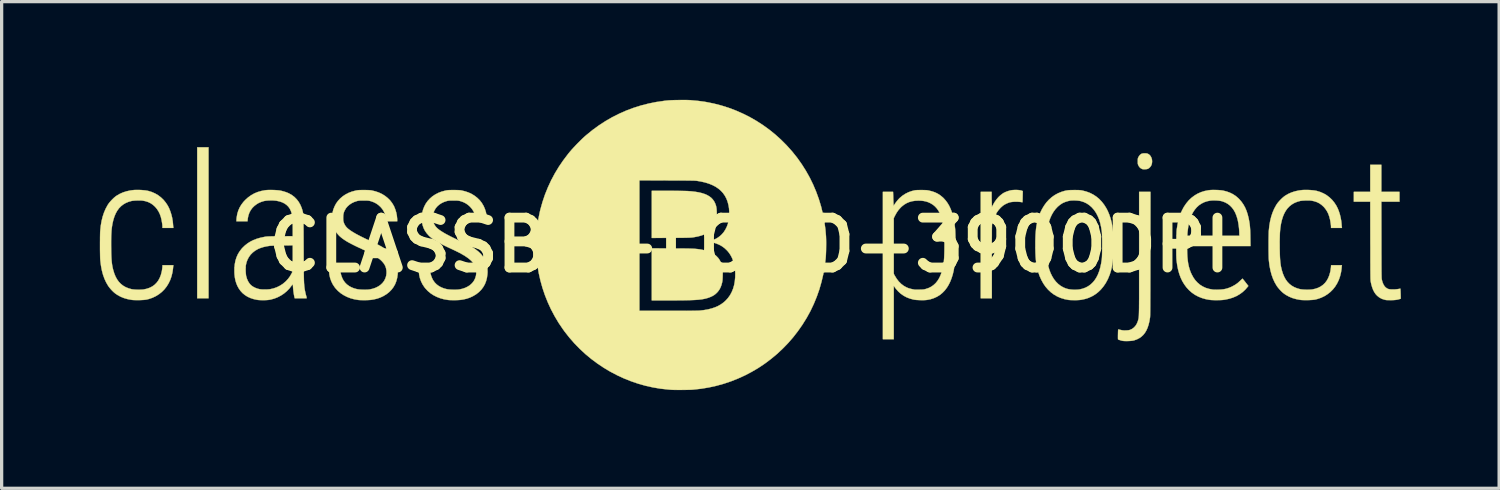
<source format=kicad_pcb>
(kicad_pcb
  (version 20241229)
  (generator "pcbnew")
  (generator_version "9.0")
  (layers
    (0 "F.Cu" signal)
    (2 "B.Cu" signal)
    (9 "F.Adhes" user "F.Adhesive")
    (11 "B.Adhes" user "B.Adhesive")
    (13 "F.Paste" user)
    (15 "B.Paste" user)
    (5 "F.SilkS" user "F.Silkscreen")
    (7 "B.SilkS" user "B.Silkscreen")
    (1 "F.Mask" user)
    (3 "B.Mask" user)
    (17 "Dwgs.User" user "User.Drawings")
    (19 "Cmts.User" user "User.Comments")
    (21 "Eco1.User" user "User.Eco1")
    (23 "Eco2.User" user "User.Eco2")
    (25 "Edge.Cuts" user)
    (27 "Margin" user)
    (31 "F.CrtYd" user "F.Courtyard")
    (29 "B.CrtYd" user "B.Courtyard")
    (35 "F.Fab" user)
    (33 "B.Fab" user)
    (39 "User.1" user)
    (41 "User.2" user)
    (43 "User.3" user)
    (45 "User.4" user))
  (footprint "CLASSBP-LOGO-3900DPI"
    (layer "F.Cu")
    (at 19.843 4.433)
    (property "Reference" "CLASSBP-LOGO-3900DPI" (at 0 0 0) (layer "F.SilkS") (effects (font (size 1.524 1.524) (thickness 0.3))))
    (attr through_hole)
    (fp_poly (pts (xy -16.523 1.628) (xy -16.868 1.628) (xy -16.868 -2.983) (xy -16.523 -2.983) (xy -16.523 1.628)) (stroke (width 0.01) (type solid)) (fill yes) (layer "F.SilkS"))
    (fp_poly (pts (xy 12.11 -2.799) (xy 12.144 -2.795) (xy 12.158 -2.791) (xy 12.199 -2.771) (xy 12.234 -2.741) (xy 12.262 -2.702) (xy 12.283 -2.657) (xy 12.297 -2.607) (xy 12.301 -2.554) (xy 12.297 -2.5) (xy 12.283 -2.447) (xy 12.282 -2.445) (xy 12.264 -2.41) (xy 12.238 -2.377) (xy 12.208 -2.348) (xy 12.175 -2.328) (xy 12.163 -2.323) (xy 12.139 -2.318) (xy 12.108 -2.314) (xy 12.073 -2.313) (xy 12.04 -2.313) (xy 12.013 -2.316) (xy 12.003 -2.318) (xy 11.961 -2.338) (xy 11.924 -2.368) (xy 11.893 -2.41) (xy 11.881 -2.433) (xy 11.874 -2.45) (xy 11.869 -2.465) (xy 11.865 -2.481) (xy 11.864 -2.501) (xy 11.863 -2.53) (xy 11.863 -2.556) (xy 11.863 -2.592) (xy 11.864 -2.618) (xy 11.866 -2.637) (xy 11.87 -2.652) (xy 11.876 -2.667) (xy 11.88 -2.678) (xy 11.903 -2.717) (xy 11.932 -2.752) (xy 11.964 -2.777) (xy 11.973 -2.783) (xy 11.999 -2.792) (xy 12.033 -2.798) (xy 12.072 -2.8) (xy 12.11 -2.799)) (stroke (width 0.01) (type solid)) (fill yes) (layer "F.SilkS"))
    (fp_poly (pts (xy -2.509 -1.654) (xy -2.428 -1.654) (xy -2.347 -1.654) (xy -2.269 -1.653) (xy -2.194 -1.653) (xy -2.124 -1.652) (xy -2.061 -1.651) (xy -2.005 -1.65) (xy -1.959 -1.649) (xy -1.924 -1.648) (xy -1.908 -1.648) (xy -1.777 -1.639) (xy -1.657 -1.625) (xy -1.549 -1.607) (xy -1.452 -1.584) (xy -1.366 -1.556) (xy -1.29 -1.523) (xy -1.223 -1.484) (xy -1.166 -1.44) (xy -1.118 -1.389) (xy -1.078 -1.333) (xy -1.046 -1.269) (xy -1.021 -1.2) (xy -1.016 -1.178) (xy -1.009 -1.142) (xy -1.003 -1.097) (xy -1 -1.046) (xy -0.997 -0.991) (xy -0.997 -0.937) (xy -0.999 -0.886) (xy -1.002 -0.842) (xy -1.003 -0.837) (xy -1.019 -0.746) (xy -1.043 -0.662) (xy -1.076 -0.587) (xy -1.118 -0.519) (xy -1.169 -0.459) (xy -1.23 -0.406) (xy -1.3 -0.36) (xy -1.382 -0.32) (xy -1.473 -0.287) (xy -1.576 -0.26) (xy -1.69 -0.238) (xy -1.745 -0.23) (xy -1.762 -0.228) (xy -1.781 -0.227) (xy -1.802 -0.225) (xy -1.828 -0.224) (xy -1.859 -0.223) (xy -1.896 -0.222) (xy -1.94 -0.221) (xy -1.991 -0.22) (xy -2.05 -0.219) (xy -2.119 -0.219) (xy -2.199 -0.218) (xy -2.289 -0.217) (xy -2.391 -0.217) (xy -2.405 -0.217) (xy -2.983 -0.214) (xy -2.983 -1.654) (xy -2.509 -1.654)) (stroke (width 0.01) (type solid)) (fill yes) (layer "F.SilkS"))
    (fp_poly (pts (xy -2.363 0.106) (xy -2.251 0.107) (xy -2.151 0.107) (xy -2.063 0.108) (xy -1.985 0.108) (xy -1.916 0.109) (xy -1.855 0.11) (xy -1.801 0.112) (xy -1.754 0.113) (xy -1.712 0.115) (xy -1.674 0.117) (xy -1.64 0.12) (xy -1.608 0.123) (xy -1.578 0.126) (xy -1.548 0.13) (xy -1.517 0.134) (xy -1.486 0.14) (xy -1.46 0.144) (xy -1.349 0.167) (xy -1.249 0.198) (xy -1.159 0.236) (xy -1.08 0.283) (xy -1.011 0.337) (xy -0.953 0.398) (xy -0.905 0.468) (xy -0.867 0.545) (xy -0.851 0.59) (xy -0.837 0.639) (xy -0.827 0.689) (xy -0.82 0.742) (xy -0.816 0.802) (xy -0.815 0.87) (xy -0.816 0.935) (xy -0.818 0.989) (xy -0.82 1.034) (xy -0.822 1.07) (xy -0.826 1.101) (xy -0.831 1.129) (xy -0.833 1.142) (xy -0.855 1.225) (xy -0.883 1.298) (xy -0.917 1.362) (xy -0.959 1.42) (xy -0.982 1.447) (xy -1.031 1.494) (xy -1.084 1.534) (xy -1.142 1.567) (xy -1.209 1.596) (xy -1.253 1.612) (xy -1.29 1.624) (xy -1.328 1.634) (xy -1.367 1.644) (xy -1.409 1.652) (xy -1.455 1.66) (xy -1.505 1.666) (xy -1.559 1.672) (xy -1.619 1.677) (xy -1.686 1.681) (xy -1.76 1.684) (xy -1.842 1.687) (xy -1.932 1.689) (xy -2.032 1.691) (xy -2.143 1.692) (xy -2.265 1.693) (xy -2.398 1.693) (xy -2.46 1.693) (xy -2.983 1.693) (xy -2.983 0.103) (xy -2.363 0.106)) (stroke (width 0.01) (type solid)) (fill yes) (layer "F.SilkS"))
    (fp_poly (pts (xy 8.209 -1.678) (xy 8.259 -1.672) (xy 8.301 -1.664) (xy 8.333 -1.653) (xy 8.333 -1.653) (xy 8.351 -1.645) (xy 8.347 -1.476) (xy 8.346 -1.43) (xy 8.345 -1.389) (xy 8.344 -1.355) (xy 8.343 -1.328) (xy 8.342 -1.311) (xy 8.341 -1.305) (xy 8.335 -1.306) (xy 8.318 -1.308) (xy 8.294 -1.311) (xy 8.278 -1.314) (xy 8.233 -1.318) (xy 8.181 -1.321) (xy 8.126 -1.321) (xy 8.071 -1.319) (xy 8.02 -1.314) (xy 7.977 -1.308) (xy 7.955 -1.303) (xy 7.904 -1.286) (xy 7.848 -1.262) (xy 7.795 -1.234) (xy 7.749 -1.204) (xy 7.744 -1.2) (xy 7.677 -1.141) (xy 7.614 -1.071) (xy 7.558 -0.992) (xy 7.508 -0.904) (xy 7.465 -0.809) (xy 7.43 -0.707) (xy 7.418 -0.665) (xy 7.417 -0.658) (xy 7.415 -0.651) (xy 7.414 -0.644) (xy 7.412 -0.635) (xy 7.411 -0.623) (xy 7.41 -0.61) (xy 7.409 -0.593) (xy 7.409 -0.572) (xy 7.408 -0.547) (xy 7.407 -0.517) (xy 7.407 -0.482) (xy 7.406 -0.44) (xy 7.406 -0.391) (xy 7.406 -0.335) (xy 7.406 -0.271) (xy 7.405 -0.199) (xy 7.405 -0.117) (xy 7.405 -0.025) (xy 7.405 0.077) (xy 7.405 0.19) (xy 7.405 0.314) (xy 7.405 0.451) (xy 7.405 1.628) (xy 7.066 1.628) (xy 7.066 -1.622) (xy 7.399 -1.622) (xy 7.399 -1.528) (xy 7.399 -1.491) (xy 7.399 -1.445) (xy 7.4 -1.394) (xy 7.402 -1.342) (xy 7.403 -1.298) (xy 7.407 -1.161) (xy 7.436 -1.217) (xy 7.487 -1.306) (xy 7.544 -1.387) (xy 7.606 -1.46) (xy 7.673 -1.523) (xy 7.742 -1.574) (xy 7.773 -1.593) (xy 7.819 -1.615) (xy 7.872 -1.636) (xy 7.928 -1.654) (xy 7.981 -1.668) (xy 7.996 -1.671) (xy 8.046 -1.677) (xy 8.1 -1.68) (xy 8.155 -1.681) (xy 8.209 -1.678)) (stroke (width 0.01) (type solid)) (fill yes) (layer "F.SilkS"))
    (fp_poly (pts (xy 19.304 -1.622) (xy 19.858 -1.622) (xy 19.858 -1.322) (xy 19.304 -1.322) (xy 19.306 -0.155) (xy 19.306 -0.01) (xy 19.306 0.122) (xy 19.306 0.243) (xy 19.307 0.352) (xy 19.307 0.45) (xy 19.307 0.538) (xy 19.307 0.617) (xy 19.308 0.687) (xy 19.308 0.749) (xy 19.308 0.803) (xy 19.309 0.85) (xy 19.309 0.89) (xy 19.31 0.924) (xy 19.311 0.953) (xy 19.311 0.978) (xy 19.312 0.998) (xy 19.313 1.014) (xy 19.314 1.028) (xy 19.315 1.039) (xy 19.317 1.048) (xy 19.318 1.056) (xy 19.32 1.063) (xy 19.321 1.071) (xy 19.321 1.071) (xy 19.342 1.145) (xy 19.368 1.206) (xy 19.399 1.257) (xy 19.436 1.297) (xy 19.479 1.328) (xy 19.521 1.346) (xy 19.546 1.352) (xy 19.581 1.356) (xy 19.624 1.358) (xy 19.67 1.358) (xy 19.718 1.357) (xy 19.765 1.353) (xy 19.807 1.348) (xy 19.821 1.346) (xy 19.848 1.341) (xy 19.87 1.338) (xy 19.883 1.336) (xy 19.887 1.336) (xy 19.887 1.343) (xy 19.888 1.361) (xy 19.889 1.388) (xy 19.891 1.423) (xy 19.892 1.464) (xy 19.893 1.489) (xy 19.897 1.64) (xy 19.856 1.654) (xy 19.805 1.668) (xy 19.747 1.678) (xy 19.679 1.684) (xy 19.6 1.686) (xy 19.578 1.686) (xy 19.539 1.685) (xy 19.504 1.685) (xy 19.476 1.684) (xy 19.455 1.683) (xy 19.447 1.682) (xy 19.411 1.674) (xy 19.37 1.662) (xy 19.33 1.649) (xy 19.297 1.635) (xy 19.296 1.634) (xy 19.233 1.597) (xy 19.177 1.552) (xy 19.129 1.5) (xy 19.087 1.438) (xy 19.051 1.367) (xy 19.021 1.286) (xy 18.995 1.193) (xy 18.983 1.136) (xy 18.982 1.128) (xy 18.98 1.119) (xy 18.979 1.11) (xy 18.977 1.099) (xy 18.976 1.088) (xy 18.975 1.074) (xy 18.974 1.057) (xy 18.973 1.037) (xy 18.972 1.012) (xy 18.972 0.984) (xy 18.971 0.95) (xy 18.971 0.91) (xy 18.97 0.864) (xy 18.97 0.811) (xy 18.969 0.751) (xy 18.969 0.682) (xy 18.969 0.605) (xy 18.968 0.518) (xy 18.968 0.422) (xy 18.968 0.315) (xy 18.968 0.198) (xy 18.968 0.068) (xy 18.967 -0.074) (xy 18.967 -0.129) (xy 18.965 -1.322) (xy 18.464 -1.322) (xy 18.464 -1.622) (xy 18.965 -1.622) (xy 18.965 -2.449) (xy 19.304 -2.449) (xy 19.304 -1.622)) (stroke (width 0.01) (type solid)) (fill yes) (layer "F.SilkS"))
    (fp_poly (pts (xy 12.249 0.265) (xy 12.248 0.462) (xy 12.248 0.646) (xy 12.248 0.818) (xy 12.248 0.978) (xy 12.247 1.126) (xy 12.247 1.263) (xy 12.247 1.389) (xy 12.246 1.504) (xy 12.246 1.609) (xy 12.245 1.705) (xy 12.245 1.791) (xy 12.245 1.868) (xy 12.244 1.936) (xy 12.244 1.996) (xy 12.243 2.047) (xy 12.242 2.091) (xy 12.242 2.128) (xy 12.241 2.158) (xy 12.24 2.181) (xy 12.239 2.198) (xy 12.239 2.209) (xy 12.238 2.211) (xy 12.219 2.328) (xy 12.194 2.433) (xy 12.163 2.527) (xy 12.126 2.611) (xy 12.082 2.684) (xy 12.031 2.748) (xy 11.973 2.802) (xy 11.908 2.847) (xy 11.835 2.884) (xy 11.754 2.913) (xy 11.735 2.918) (xy 11.703 2.924) (xy 11.662 2.929) (xy 11.614 2.933) (xy 11.563 2.935) (xy 11.513 2.936) (xy 11.466 2.935) (xy 11.425 2.932) (xy 11.393 2.928) (xy 11.392 2.928) (xy 11.364 2.921) (xy 11.335 2.912) (xy 11.306 2.903) (xy 11.282 2.895) (xy 11.266 2.888) (xy 11.263 2.887) (xy 11.26 2.881) (xy 11.259 2.867) (xy 11.258 2.843) (xy 11.258 2.81) (xy 11.258 2.764) (xy 11.259 2.73) (xy 11.26 2.682) (xy 11.261 2.645) (xy 11.262 2.618) (xy 11.264 2.6) (xy 11.265 2.589) (xy 11.268 2.583) (xy 11.271 2.581) (xy 11.275 2.581) (xy 11.276 2.581) (xy 11.321 2.592) (xy 11.356 2.599) (xy 11.384 2.605) (xy 11.407 2.608) (xy 11.427 2.61) (xy 11.448 2.611) (xy 11.473 2.611) (xy 11.502 2.61) (xy 11.543 2.608) (xy 11.574 2.605) (xy 11.6 2.601) (xy 11.622 2.595) (xy 11.631 2.592) (xy 11.69 2.564) (xy 11.743 2.525) (xy 11.789 2.476) (xy 11.828 2.418) (xy 11.858 2.35) (xy 11.872 2.306) (xy 11.876 2.294) (xy 11.879 2.283) (xy 11.881 2.273) (xy 11.884 2.263) (xy 11.886 2.252) (xy 11.889 2.241) (xy 11.891 2.228) (xy 11.892 2.213) (xy 11.894 2.195) (xy 11.896 2.175) (xy 11.897 2.152) (xy 11.898 2.125) (xy 11.899 2.094) (xy 11.9 2.058) (xy 11.901 2.017) (xy 11.902 1.971) (xy 11.903 1.919) (xy 11.903 1.86) (xy 11.904 1.794) (xy 11.904 1.721) (xy 11.905 1.639) (xy 11.905 1.55) (xy 11.905 1.452) (xy 11.905 1.344) (xy 11.905 1.227) (xy 11.905 1.1) (xy 11.905 0.962) (xy 11.905 0.813) (xy 11.905 0.653) (xy 11.905 0.48) (xy 11.905 0.252) (xy 11.905 -1.622) (xy 12.251 -1.622) (xy 12.249 0.265)) (stroke (width 0.01) (type solid)) (fill yes) (layer "F.SilkS"))
    (fp_poly (pts (xy 5.299 -1.677) (xy 5.341 -1.676) (xy 5.375 -1.675) (xy 5.403 -1.674) (xy 5.427 -1.672) (xy 5.45 -1.668) (xy 5.474 -1.664) (xy 5.481 -1.662) (xy 5.581 -1.637) (xy 5.673 -1.605) (xy 5.756 -1.564) (xy 5.834 -1.513) (xy 5.907 -1.453) (xy 5.934 -1.427) (xy 5.997 -1.356) (xy 6.054 -1.278) (xy 6.105 -1.191) (xy 6.149 -1.096) (xy 6.188 -0.991) (xy 6.22 -0.877) (xy 6.247 -0.751) (xy 6.269 -0.615) (xy 6.282 -0.508) (xy 6.285 -0.473) (xy 6.288 -0.426) (xy 6.29 -0.37) (xy 6.292 -0.306) (xy 6.294 -0.237) (xy 6.295 -0.163) (xy 6.296 -0.087) (xy 6.297 -0.011) (xy 6.297 0.064) (xy 6.297 0.136) (xy 6.296 0.204) (xy 6.295 0.264) (xy 6.294 0.316) (xy 6.292 0.355) (xy 6.28 0.509) (xy 6.262 0.651) (xy 6.239 0.783) (xy 6.21 0.905) (xy 6.174 1.018) (xy 6.133 1.122) (xy 6.086 1.217) (xy 6.034 1.302) (xy 5.969 1.388) (xy 5.896 1.463) (xy 5.816 1.528) (xy 5.728 1.582) (xy 5.633 1.625) (xy 5.532 1.658) (xy 5.424 1.679) (xy 5.41 1.68) (xy 5.369 1.684) (xy 5.318 1.686) (xy 5.262 1.686) (xy 5.204 1.685) (xy 5.146 1.682) (xy 5.093 1.679) (xy 5.046 1.673) (xy 5.012 1.667) (xy 4.903 1.638) (xy 4.802 1.599) (xy 4.709 1.549) (xy 4.623 1.489) (xy 4.545 1.418) (xy 4.473 1.336) (xy 4.441 1.293) (xy 4.409 1.248) (xy 4.409 2.879) (xy 4.077 2.879) (xy 4.077 -0.819) (xy 4.409 -0.819) (xy 4.409 0.882) (xy 4.444 0.945) (xy 4.501 1.037) (xy 4.564 1.118) (xy 4.633 1.187) (xy 4.709 1.245) (xy 4.784 1.288) (xy 4.823 1.306) (xy 4.864 1.322) (xy 4.909 1.335) (xy 4.961 1.348) (xy 5.022 1.36) (xy 5.041 1.364) (xy 5.052 1.365) (xy 5.074 1.365) (xy 5.105 1.365) (xy 5.142 1.365) (xy 5.182 1.365) (xy 5.187 1.365) (xy 5.234 1.364) (xy 5.271 1.363) (xy 5.299 1.361) (xy 5.323 1.359) (xy 5.345 1.355) (xy 5.367 1.35) (xy 5.381 1.346) (xy 5.469 1.317) (xy 5.549 1.278) (xy 5.621 1.228) (xy 5.687 1.168) (xy 5.744 1.098) (xy 5.795 1.017) (xy 5.838 0.926) (xy 5.875 0.823) (xy 5.903 0.716) (xy 5.914 0.664) (xy 5.924 0.614) (xy 5.932 0.565) (xy 5.938 0.514) (xy 5.943 0.46) (xy 5.948 0.402) (xy 5.951 0.337) (xy 5.954 0.264) (xy 5.956 0.181) (xy 5.957 0.098) (xy 5.958 -0.031) (xy 5.958 -0.147) (xy 5.955 -0.252) (xy 5.951 -0.346) (xy 5.946 -0.429) (xy 5.938 -0.504) (xy 5.936 -0.521) (xy 5.916 -0.647) (xy 5.891 -0.761) (xy 5.859 -0.865) (xy 5.822 -0.957) (xy 5.778 -1.04) (xy 5.728 -1.112) (xy 5.672 -1.174) (xy 5.609 -1.227) (xy 5.538 -1.271) (xy 5.528 -1.276) (xy 5.463 -1.306) (xy 5.396 -1.328) (xy 5.327 -1.343) (xy 5.251 -1.352) (xy 5.166 -1.355) (xy 5.165 -1.355) (xy 5.062 -1.35) (xy 4.968 -1.336) (xy 4.881 -1.311) (xy 4.801 -1.277) (xy 4.725 -1.231) (xy 4.654 -1.175) (xy 4.621 -1.143) (xy 4.555 -1.069) (xy 4.495 -0.983) (xy 4.444 -0.89) (xy 4.409 -0.819) (xy 4.077 -0.819) (xy 4.077 -1.622) (xy 4.388 -1.622) (xy 4.393 -1.474) (xy 4.394 -1.426) (xy 4.396 -1.379) (xy 4.398 -1.334) (xy 4.399 -1.296) (xy 4.401 -1.267) (xy 4.401 -1.261) (xy 4.406 -1.196) (xy 4.431 -1.237) (xy 4.454 -1.271) (xy 4.482 -1.309) (xy 4.513 -1.348) (xy 4.545 -1.386) (xy 4.575 -1.419) (xy 4.596 -1.439) (xy 4.679 -1.508) (xy 4.765 -1.564) (xy 4.857 -1.61) (xy 4.955 -1.645) (xy 5.01 -1.659) (xy 5.034 -1.665) (xy 5.054 -1.669) (xy 5.074 -1.672) (xy 5.096 -1.674) (xy 5.122 -1.676) (xy 5.153 -1.676) (xy 5.193 -1.677) (xy 5.244 -1.677) (xy 5.246 -1.677) (xy 5.299 -1.677)) (stroke (width 0.01) (type solid)) (fill yes) (layer "F.SilkS"))
    (fp_poly (pts (xy 14.259 -1.679) (xy 14.318 -1.677) (xy 14.374 -1.673) (xy 14.423 -1.668) (xy 14.463 -1.662) (xy 14.467 -1.661) (xy 14.576 -1.634) (xy 14.675 -1.598) (xy 14.767 -1.553) (xy 14.852 -1.498) (xy 14.93 -1.432) (xy 14.965 -1.397) (xy 15.031 -1.321) (xy 15.089 -1.238) (xy 15.14 -1.147) (xy 15.183 -1.048) (xy 15.219 -0.939) (xy 15.249 -0.819) (xy 15.262 -0.754) (xy 15.271 -0.703) (xy 15.279 -0.653) (xy 15.285 -0.604) (xy 15.29 -0.554) (xy 15.294 -0.5) (xy 15.298 -0.442) (xy 15.3 -0.375) (xy 15.302 -0.3) (xy 15.303 -0.223) (xy 15.307 0.033) (xy 13.371 0.033) (xy 13.371 0.122) (xy 13.373 0.25) (xy 13.379 0.367) (xy 13.39 0.474) (xy 13.404 0.572) (xy 13.424 0.663) (xy 13.449 0.749) (xy 13.478 0.83) (xy 13.511 0.902) (xy 13.563 0.997) (xy 13.623 1.081) (xy 13.691 1.154) (xy 13.766 1.217) (xy 13.849 1.269) (xy 13.939 1.311) (xy 14.037 1.341) (xy 14.142 1.361) (xy 14.144 1.362) (xy 14.178 1.365) (xy 14.224 1.366) (xy 14.278 1.367) (xy 14.325 1.366) (xy 14.408 1.362) (xy 14.481 1.354) (xy 14.548 1.341) (xy 14.612 1.323) (xy 14.677 1.299) (xy 14.745 1.269) (xy 14.748 1.267) (xy 14.838 1.217) (xy 14.922 1.157) (xy 14.997 1.089) (xy 15.02 1.067) (xy 15.04 1.048) (xy 15.055 1.035) (xy 15.062 1.029) (xy 15.063 1.029) (xy 15.068 1.034) (xy 15.08 1.048) (xy 15.097 1.069) (xy 15.119 1.096) (xy 15.144 1.127) (xy 15.154 1.141) (xy 15.241 1.252) (xy 15.224 1.274) (xy 15.15 1.361) (xy 15.067 1.438) (xy 14.976 1.504) (xy 14.878 1.561) (xy 14.771 1.607) (xy 14.656 1.643) (xy 14.533 1.669) (xy 14.483 1.677) (xy 14.443 1.681) (xy 14.393 1.684) (xy 14.338 1.685) (xy 14.279 1.686) (xy 14.22 1.686) (xy 14.164 1.684) (xy 14.113 1.682) (xy 14.072 1.678) (xy 14.061 1.677) (xy 13.937 1.654) (xy 13.82 1.62) (xy 13.711 1.576) (xy 13.61 1.522) (xy 13.516 1.457) (xy 13.43 1.381) (xy 13.351 1.295) (xy 13.285 1.205) (xy 13.224 1.105) (xy 13.172 0.995) (xy 13.129 0.877) (xy 13.094 0.75) (xy 13.067 0.613) (xy 13.048 0.466) (xy 13.045 0.429) (xy 13.043 0.399) (xy 13.042 0.358) (xy 13.04 0.308) (xy 13.04 0.25) (xy 13.039 0.186) (xy 13.039 0.118) (xy 13.04 0.046) (xy 13.04 -0.026) (xy 13.041 -0.099) (xy 13.042 -0.169) (xy 13.043 -0.237) (xy 13.044 -0.28) (xy 13.377 -0.28) (xy 14.966 -0.28) (xy 14.966 -0.321) (xy 14.964 -0.404) (xy 14.958 -0.492) (xy 14.948 -0.582) (xy 14.935 -0.668) (xy 14.92 -0.748) (xy 14.911 -0.785) (xy 14.879 -0.891) (xy 14.841 -0.985) (xy 14.795 -1.068) (xy 14.741 -1.141) (xy 14.68 -1.204) (xy 14.612 -1.256) (xy 14.536 -1.299) (xy 14.451 -1.331) (xy 14.42 -1.34) (xy 14.378 -1.348) (xy 14.327 -1.355) (xy 14.27 -1.359) (xy 14.211 -1.361) (xy 14.154 -1.361) (xy 14.101 -1.357) (xy 14.079 -1.355) (xy 13.982 -1.336) (xy 13.892 -1.306) (xy 13.809 -1.264) (xy 13.733 -1.213) (xy 13.664 -1.15) (xy 13.603 -1.077) (xy 13.548 -0.993) (xy 13.501 -0.898) (xy 13.461 -0.793) (xy 13.429 -0.678) (xy 13.404 -0.552) (xy 13.386 -0.416) (xy 13.384 -0.397) (xy 13.381 -0.365) (xy 13.379 -0.336) (xy 13.378 -0.313) (xy 13.377 -0.301) (xy 13.377 -0.28) (xy 13.044 -0.28) (xy 13.045 -0.299) (xy 13.047 -0.355) (xy 13.048 -0.404) (xy 13.051 -0.442) (xy 13.053 -0.47) (xy 13.054 -0.475) (xy 13.075 -0.61) (xy 13.101 -0.735) (xy 13.133 -0.849) (xy 13.17 -0.956) (xy 13.215 -1.057) (xy 13.265 -1.152) (xy 13.277 -1.171) (xy 13.345 -1.271) (xy 13.42 -1.361) (xy 13.503 -1.44) (xy 13.593 -1.508) (xy 13.69 -1.566) (xy 13.793 -1.612) (xy 13.903 -1.647) (xy 14.019 -1.67) (xy 14.05 -1.674) (xy 14.092 -1.678) (xy 14.142 -1.68) (xy 14.199 -1.68) (xy 14.259 -1.679)) (stroke (width 0.01) (type solid)) (fill yes) (layer "F.SilkS"))
    (fp_poly (pts (xy -18.65 -1.681) (xy -18.577 -1.678) (xy -18.507 -1.672) (xy -18.441 -1.665) (xy -18.384 -1.655) (xy -18.363 -1.65) (xy -18.255 -1.617) (xy -18.155 -1.573) (xy -18.061 -1.518) (xy -17.975 -1.452) (xy -17.897 -1.377) (xy -17.827 -1.291) (xy -17.767 -1.199) (xy -17.726 -1.118) (xy -17.69 -1.027) (xy -17.659 -0.93) (xy -17.634 -0.829) (xy -17.617 -0.727) (xy -17.608 -0.638) (xy -17.606 -0.607) (xy -17.603 -0.578) (xy -17.601 -0.555) (xy -17.6 -0.549) (xy -17.597 -0.521) (xy -17.93 -0.521) (xy -17.93 -0.553) (xy -17.931 -0.573) (xy -17.933 -0.602) (xy -17.936 -0.635) (xy -17.94 -0.661) (xy -17.958 -0.768) (xy -17.982 -0.864) (xy -18.014 -0.952) (xy -18.054 -1.031) (xy -18.101 -1.102) (xy -18.157 -1.168) (xy -18.16 -1.171) (xy -18.223 -1.228) (xy -18.292 -1.275) (xy -18.367 -1.311) (xy -18.449 -1.338) (xy -18.536 -1.355) (xy -18.567 -1.358) (xy -18.608 -1.36) (xy -18.655 -1.36) (xy -18.704 -1.359) (xy -18.754 -1.357) (xy -18.8 -1.354) (xy -18.839 -1.35) (xy -18.869 -1.346) (xy -18.871 -1.345) (xy -18.964 -1.319) (xy -19.049 -1.284) (xy -19.126 -1.239) (xy -19.195 -1.185) (xy -19.257 -1.122) (xy -19.311 -1.048) (xy -19.358 -0.964) (xy -19.398 -0.87) (xy -19.431 -0.765) (xy -19.458 -0.649) (xy -19.473 -0.557) (xy -19.481 -0.497) (xy -19.487 -0.432) (xy -19.491 -0.362) (xy -19.495 -0.284) (xy -19.497 -0.197) (xy -19.498 -0.101) (xy -19.498 0.006) (xy -19.497 0.098) (xy -19.496 0.197) (xy -19.494 0.284) (xy -19.491 0.362) (xy -19.487 0.431) (xy -19.482 0.493) (xy -19.476 0.55) (xy -19.469 0.602) (xy -19.46 0.653) (xy -19.45 0.702) (xy -19.438 0.752) (xy -19.434 0.766) (xy -19.402 0.872) (xy -19.363 0.967) (xy -19.316 1.052) (xy -19.263 1.126) (xy -19.201 1.19) (xy -19.132 1.244) (xy -19.054 1.289) (xy -18.968 1.324) (xy -18.881 1.349) (xy -18.843 1.356) (xy -18.796 1.361) (xy -18.743 1.365) (xy -18.686 1.367) (xy -18.629 1.367) (xy -18.576 1.365) (xy -18.529 1.362) (xy -18.505 1.359) (xy -18.409 1.338) (xy -18.322 1.308) (xy -18.243 1.268) (xy -18.173 1.218) (xy -18.112 1.158) (xy -18.059 1.089) (xy -18.016 1.01) (xy -17.98 0.921) (xy -17.954 0.823) (xy -17.952 0.814) (xy -17.945 0.776) (xy -17.939 0.736) (xy -17.934 0.698) (xy -17.932 0.679) (xy -17.928 0.619) (xy -17.597 0.619) (xy -17.6 0.64) (xy -17.602 0.657) (xy -17.605 0.681) (xy -17.607 0.709) (xy -17.608 0.713) (xy -17.611 0.741) (xy -17.616 0.777) (xy -17.622 0.816) (xy -17.627 0.845) (xy -17.656 0.962) (xy -17.695 1.073) (xy -17.745 1.176) (xy -17.804 1.271) (xy -17.872 1.357) (xy -17.95 1.435) (xy -18.036 1.503) (xy -18.13 1.562) (xy -18.232 1.611) (xy -18.342 1.649) (xy -18.418 1.668) (xy -18.451 1.673) (xy -18.494 1.678) (xy -18.546 1.681) (xy -18.602 1.684) (xy -18.661 1.685) (xy -18.719 1.685) (xy -18.774 1.684) (xy -18.824 1.682) (xy -18.866 1.678) (xy -18.874 1.677) (xy -18.994 1.654) (xy -19.106 1.622) (xy -19.211 1.579) (xy -19.307 1.526) (xy -19.373 1.481) (xy -19.415 1.446) (xy -19.461 1.402) (xy -19.506 1.354) (xy -19.548 1.304) (xy -19.584 1.256) (xy -19.59 1.247) (xy -19.65 1.144) (xy -19.702 1.032) (xy -19.746 0.909) (xy -19.781 0.777) (xy -19.808 0.635) (xy -19.827 0.482) (xy -19.831 0.437) (xy -19.833 0.409) (xy -19.834 0.369) (xy -19.835 0.32) (xy -19.836 0.263) (xy -19.837 0.199) (xy -19.838 0.131) (xy -19.838 0.06) (xy -19.838 -0.012) (xy -19.838 -0.085) (xy -19.837 -0.155) (xy -19.837 -0.221) (xy -19.836 -0.282) (xy -19.835 -0.336) (xy -19.834 -0.381) (xy -19.832 -0.416) (xy -19.831 -0.43) (xy -19.815 -0.586) (xy -19.79 -0.731) (xy -19.757 -0.866) (xy -19.715 -0.992) (xy -19.665 -1.108) (xy -19.607 -1.214) (xy -19.587 -1.246) (xy -19.554 -1.291) (xy -19.513 -1.339) (xy -19.468 -1.387) (xy -19.421 -1.433) (xy -19.374 -1.473) (xy -19.331 -1.505) (xy -19.327 -1.507) (xy -19.234 -1.561) (xy -19.135 -1.605) (xy -19.028 -1.639) (xy -18.913 -1.664) (xy -18.848 -1.673) (xy -18.789 -1.679) (xy -18.722 -1.681) (xy -18.65 -1.681)) (stroke (width 0.01) (type solid)) (fill yes) (layer "F.SilkS"))
    (fp_poly (pts (xy 17.047 -1.681) (xy 17.119 -1.678) (xy 17.19 -1.672) (xy 17.256 -1.665) (xy 17.313 -1.655) (xy 17.334 -1.65) (xy 17.441 -1.617) (xy 17.542 -1.573) (xy 17.636 -1.518) (xy 17.722 -1.452) (xy 17.8 -1.377) (xy 17.87 -1.291) (xy 17.93 -1.199) (xy 17.971 -1.118) (xy 18.007 -1.027) (xy 18.038 -0.93) (xy 18.062 -0.829) (xy 18.08 -0.727) (xy 18.089 -0.638) (xy 18.091 -0.607) (xy 18.094 -0.578) (xy 18.096 -0.555) (xy 18.097 -0.549) (xy 18.1 -0.521) (xy 17.767 -0.521) (xy 17.767 -0.553) (xy 17.766 -0.573) (xy 17.764 -0.602) (xy 17.76 -0.635) (xy 17.757 -0.661) (xy 17.739 -0.768) (xy 17.714 -0.864) (xy 17.683 -0.952) (xy 17.643 -1.031) (xy 17.596 -1.102) (xy 17.54 -1.168) (xy 17.537 -1.171) (xy 17.473 -1.228) (xy 17.405 -1.275) (xy 17.33 -1.311) (xy 17.247 -1.338) (xy 17.161 -1.355) (xy 17.129 -1.358) (xy 17.089 -1.36) (xy 17.042 -1.36) (xy 16.993 -1.359) (xy 16.943 -1.357) (xy 16.897 -1.354) (xy 16.858 -1.35) (xy 16.828 -1.346) (xy 16.826 -1.345) (xy 16.733 -1.319) (xy 16.648 -1.284) (xy 16.571 -1.239) (xy 16.502 -1.185) (xy 16.44 -1.122) (xy 16.386 -1.048) (xy 16.339 -0.964) (xy 16.299 -0.87) (xy 16.266 -0.765) (xy 16.239 -0.649) (xy 16.224 -0.557) (xy 16.216 -0.497) (xy 16.21 -0.432) (xy 16.205 -0.362) (xy 16.202 -0.284) (xy 16.2 -0.197) (xy 16.198 -0.101) (xy 16.199 0.006) (xy 16.199 0.098) (xy 16.201 0.197) (xy 16.203 0.284) (xy 16.206 0.362) (xy 16.21 0.431) (xy 16.215 0.493) (xy 16.221 0.55) (xy 16.228 0.602) (xy 16.236 0.653) (xy 16.247 0.702) (xy 16.259 0.752) (xy 16.262 0.766) (xy 16.295 0.872) (xy 16.334 0.967) (xy 16.38 1.052) (xy 16.434 1.126) (xy 16.496 1.19) (xy 16.565 1.244) (xy 16.643 1.289) (xy 16.729 1.324) (xy 16.816 1.349) (xy 16.853 1.356) (xy 16.901 1.361) (xy 16.954 1.365) (xy 17.011 1.367) (xy 17.067 1.367) (xy 17.121 1.365) (xy 17.167 1.362) (xy 17.192 1.359) (xy 17.288 1.338) (xy 17.375 1.308) (xy 17.453 1.268) (xy 17.523 1.218) (xy 17.585 1.158) (xy 17.637 1.089) (xy 17.681 1.01) (xy 17.716 0.921) (xy 17.743 0.823) (xy 17.745 0.814) (xy 17.752 0.776) (xy 17.758 0.736) (xy 17.763 0.698) (xy 17.765 0.679) (xy 17.769 0.619) (xy 18.1 0.619) (xy 18.096 0.64) (xy 18.094 0.657) (xy 18.092 0.681) (xy 18.089 0.709) (xy 18.089 0.713) (xy 18.086 0.741) (xy 18.081 0.777) (xy 18.075 0.816) (xy 18.07 0.845) (xy 18.041 0.962) (xy 18.002 1.073) (xy 17.952 1.176) (xy 17.893 1.271) (xy 17.825 1.357) (xy 17.747 1.435) (xy 17.661 1.503) (xy 17.567 1.562) (xy 17.465 1.611) (xy 17.355 1.649) (xy 17.279 1.668) (xy 17.246 1.673) (xy 17.202 1.678) (xy 17.151 1.681) (xy 17.095 1.684) (xy 17.036 1.685) (xy 16.978 1.685) (xy 16.922 1.684) (xy 16.873 1.682) (xy 16.831 1.678) (xy 16.823 1.677) (xy 16.703 1.654) (xy 16.591 1.622) (xy 16.486 1.579) (xy 16.389 1.526) (xy 16.324 1.481) (xy 16.281 1.446) (xy 16.236 1.402) (xy 16.191 1.354) (xy 16.149 1.304) (xy 16.113 1.256) (xy 16.107 1.247) (xy 16.047 1.144) (xy 15.995 1.032) (xy 15.951 0.909) (xy 15.916 0.777) (xy 15.888 0.635) (xy 15.869 0.482) (xy 15.866 0.437) (xy 15.864 0.413) (xy 15.863 0.378) (xy 15.862 0.333) (xy 15.861 0.28) (xy 15.86 0.22) (xy 15.859 0.156) (xy 15.859 0.088) (xy 15.859 0.019) (xy 15.859 0.003) (xy 15.859 -0.066) (xy 15.859 -0.134) (xy 15.86 -0.199) (xy 15.861 -0.26) (xy 15.862 -0.315) (xy 15.863 -0.362) (xy 15.864 -0.399) (xy 15.865 -0.426) (xy 15.866 -0.43) (xy 15.882 -0.586) (xy 15.907 -0.731) (xy 15.94 -0.866) (xy 15.982 -0.992) (xy 16.032 -1.108) (xy 16.09 -1.214) (xy 16.11 -1.246) (xy 16.143 -1.291) (xy 16.184 -1.339) (xy 16.229 -1.387) (xy 16.276 -1.433) (xy 16.323 -1.473) (xy 16.366 -1.505) (xy 16.369 -1.507) (xy 16.462 -1.561) (xy 16.562 -1.605) (xy 16.669 -1.639) (xy 16.784 -1.664) (xy 16.848 -1.673) (xy 16.908 -1.679) (xy 16.975 -1.681) (xy 17.047 -1.681)) (stroke (width 0.01) (type solid)) (fill yes) (layer "F.SilkS"))
    (fp_poly (pts (xy 9.977 -1.677) (xy 10.02 -1.676) (xy 10.055 -1.676) (xy 10.084 -1.674) (xy 10.108 -1.672) (xy 10.13 -1.67) (xy 10.152 -1.666) (xy 10.172 -1.662) (xy 10.289 -1.632) (xy 10.398 -1.592) (xy 10.501 -1.54) (xy 10.596 -1.478) (xy 10.684 -1.405) (xy 10.764 -1.321) (xy 10.837 -1.227) (xy 10.903 -1.122) (xy 10.945 -1.041) (xy 10.994 -0.925) (xy 11.035 -0.802) (xy 11.068 -0.671) (xy 11.092 -0.531) (xy 11.109 -0.381) (xy 11.111 -0.357) (xy 11.112 -0.322) (xy 11.114 -0.277) (xy 11.115 -0.222) (xy 11.116 -0.161) (xy 11.117 -0.094) (xy 11.117 -0.025) (xy 11.117 0.046) (xy 11.117 0.115) (xy 11.116 0.181) (xy 11.115 0.242) (xy 11.114 0.296) (xy 11.112 0.341) (xy 11.111 0.371) (xy 11.096 0.519) (xy 11.074 0.657) (xy 11.044 0.786) (xy 11.006 0.907) (xy 10.959 1.021) (xy 10.942 1.058) (xy 10.881 1.17) (xy 10.812 1.27) (xy 10.736 1.361) (xy 10.653 1.441) (xy 10.563 1.51) (xy 10.466 1.568) (xy 10.362 1.615) (xy 10.251 1.65) (xy 10.135 1.675) (xy 10.119 1.677) (xy 10.082 1.681) (xy 10.035 1.684) (xy 9.982 1.686) (xy 9.926 1.686) (xy 9.87 1.685) (xy 9.817 1.684) (xy 9.771 1.681) (xy 9.735 1.677) (xy 9.733 1.676) (xy 9.615 1.652) (xy 9.503 1.616) (xy 9.398 1.57) (xy 9.299 1.512) (xy 9.208 1.444) (xy 9.124 1.365) (xy 9.047 1.276) (xy 8.979 1.177) (xy 8.918 1.068) (xy 8.865 0.949) (xy 8.832 0.856) (xy 8.81 0.783) (xy 8.791 0.707) (xy 8.775 0.629) (xy 8.761 0.547) (xy 8.751 0.458) (xy 8.743 0.363) (xy 8.738 0.259) (xy 8.735 0.146) (xy 8.734 0.021) (xy 8.734 0.015) (xy 8.734 0.002) (xy 9.079 0.002) (xy 9.079 0.091) (xy 9.08 0.168) (xy 9.081 0.235) (xy 9.083 0.294) (xy 9.086 0.347) (xy 9.09 0.395) (xy 9.094 0.441) (xy 9.1 0.485) (xy 9.105 0.521) (xy 9.129 0.642) (xy 9.161 0.756) (xy 9.201 0.861) (xy 9.249 0.958) (xy 9.303 1.046) (xy 9.365 1.124) (xy 9.433 1.192) (xy 9.507 1.249) (xy 9.587 1.295) (xy 9.662 1.327) (xy 9.729 1.346) (xy 9.804 1.359) (xy 9.884 1.367) (xy 9.964 1.368) (xy 10.04 1.364) (xy 10.086 1.358) (xy 10.182 1.335) (xy 10.271 1.302) (xy 10.353 1.258) (xy 10.427 1.204) (xy 10.495 1.138) (xy 10.542 1.082) (xy 10.596 1) (xy 10.644 0.907) (xy 10.684 0.803) (xy 10.718 0.689) (xy 10.745 0.564) (xy 10.764 0.443) (xy 10.767 0.409) (xy 10.77 0.364) (xy 10.772 0.309) (xy 10.774 0.247) (xy 10.775 0.18) (xy 10.776 0.108) (xy 10.776 0.034) (xy 10.776 -0.041) (xy 10.776 -0.114) (xy 10.775 -0.185) (xy 10.773 -0.25) (xy 10.771 -0.309) (xy 10.769 -0.36) (xy 10.766 -0.401) (xy 10.764 -0.422) (xy 10.743 -0.552) (xy 10.716 -0.671) (xy 10.683 -0.78) (xy 10.642 -0.879) (xy 10.595 -0.971) (xy 10.539 -1.055) (xy 10.523 -1.076) (xy 10.456 -1.152) (xy 10.383 -1.216) (xy 10.304 -1.269) (xy 10.218 -1.31) (xy 10.129 -1.339) (xy 10.086 -1.348) (xy 10.034 -1.355) (xy 9.977 -1.359) (xy 9.919 -1.361) (xy 9.863 -1.36) (xy 9.813 -1.357) (xy 9.801 -1.355) (xy 9.756 -1.346) (xy 9.705 -1.333) (xy 9.654 -1.316) (xy 9.606 -1.297) (xy 9.567 -1.279) (xy 9.49 -1.229) (xy 9.417 -1.168) (xy 9.351 -1.097) (xy 9.29 -1.015) (xy 9.237 -0.924) (xy 9.191 -0.825) (xy 9.153 -0.718) (xy 9.134 -0.652) (xy 9.122 -0.598) (xy 9.111 -0.545) (xy 9.102 -0.491) (xy 9.095 -0.434) (xy 9.089 -0.372) (xy 9.085 -0.305) (xy 9.082 -0.229) (xy 9.08 -0.145) (xy 9.079 -0.05) (xy 9.079 0.002) (xy 8.734 0.002) (xy 8.734 -0.107) (xy 8.737 -0.217) (xy 8.741 -0.318) (xy 8.748 -0.41) (xy 8.756 -0.494) (xy 8.767 -0.574) (xy 8.781 -0.649) (xy 8.797 -0.721) (xy 8.816 -0.792) (xy 8.838 -0.861) (xy 8.884 -0.984) (xy 8.939 -1.097) (xy 9.002 -1.202) (xy 9.072 -1.298) (xy 9.15 -1.383) (xy 9.235 -1.459) (xy 9.327 -1.524) (xy 9.425 -1.578) (xy 9.528 -1.62) (xy 9.549 -1.627) (xy 9.595 -1.641) (xy 9.635 -1.653) (xy 9.672 -1.661) (xy 9.708 -1.667) (xy 9.747 -1.672) (xy 9.791 -1.675) (xy 9.841 -1.676) (xy 9.902 -1.677) (xy 9.922 -1.677) (xy 9.977 -1.677)) (stroke (width 0.01) (type solid)) (fill yes) (layer "F.SilkS"))
    (fp_poly (pts (xy -11.718 -1.677) (xy -11.672 -1.676) (xy -11.634 -1.675) (xy -11.603 -1.673) (xy -11.577 -1.671) (xy -11.553 -1.668) (xy -11.537 -1.665) (xy -11.426 -1.638) (xy -11.321 -1.602) (xy -11.223 -1.556) (xy -11.133 -1.5) (xy -11.052 -1.436) (xy -10.979 -1.364) (xy -10.917 -1.284) (xy -10.864 -1.196) (xy -10.855 -1.178) (xy -10.82 -1.092) (xy -10.791 -0.999) (xy -10.771 -0.903) (xy -10.761 -0.808) (xy -10.759 -0.759) (xy -10.759 -0.723) (xy -11.096 -0.723) (xy -11.101 -0.777) (xy -11.114 -0.869) (xy -11.138 -0.953) (xy -11.173 -1.031) (xy -11.219 -1.103) (xy -11.276 -1.169) (xy -11.277 -1.169) (xy -11.339 -1.225) (xy -11.406 -1.271) (xy -11.478 -1.307) (xy -11.559 -1.336) (xy -11.583 -1.343) (xy -11.604 -1.348) (xy -11.623 -1.352) (xy -11.642 -1.354) (xy -11.665 -1.356) (xy -11.693 -1.357) (xy -11.728 -1.358) (xy -11.774 -1.358) (xy -11.785 -1.358) (xy -11.833 -1.357) (xy -11.87 -1.357) (xy -11.899 -1.356) (xy -11.923 -1.354) (xy -11.943 -1.351) (xy -11.962 -1.348) (xy -11.983 -1.343) (xy -11.993 -1.34) (xy -12.076 -1.312) (xy -12.152 -1.275) (xy -12.219 -1.23) (xy -12.278 -1.178) (xy -12.327 -1.119) (xy -12.364 -1.053) (xy -12.365 -1.052) (xy -12.383 -1.011) (xy -12.395 -0.974) (xy -12.403 -0.937) (xy -12.408 -0.896) (xy -12.409 -0.847) (xy -12.41 -0.83) (xy -12.409 -0.792) (xy -12.408 -0.763) (xy -12.406 -0.74) (xy -12.402 -0.72) (xy -12.396 -0.699) (xy -12.392 -0.687) (xy -12.375 -0.642) (xy -12.353 -0.602) (xy -12.326 -0.563) (xy -12.293 -0.526) (xy -12.252 -0.489) (xy -12.202 -0.451) (xy -12.142 -0.411) (xy -12.071 -0.368) (xy -12.049 -0.355) (xy -11.997 -0.326) (xy -11.934 -0.293) (xy -11.865 -0.257) (xy -11.792 -0.221) (xy -11.717 -0.185) (xy -11.644 -0.15) (xy -11.593 -0.127) (xy -11.521 -0.093) (xy -11.448 -0.059) (xy -11.378 -0.024) (xy -11.312 0.01) (xy -11.253 0.042) (xy -11.204 0.07) (xy -11.201 0.072) (xy -11.101 0.138) (xy -11.014 0.208) (xy -10.939 0.282) (xy -10.877 0.36) (xy -10.826 0.444) (xy -10.787 0.532) (xy -10.76 0.625) (xy -10.745 0.723) (xy -10.741 0.827) (xy -10.745 0.899) (xy -10.761 1.006) (xy -10.787 1.106) (xy -10.823 1.198) (xy -10.871 1.283) (xy -10.929 1.361) (xy -10.998 1.432) (xy -11.078 1.497) (xy -11.101 1.512) (xy -11.187 1.564) (xy -11.278 1.606) (xy -11.375 1.64) (xy -11.479 1.664) (xy -11.559 1.677) (xy -11.593 1.68) (xy -11.637 1.683) (xy -11.687 1.685) (xy -11.741 1.686) (xy -11.796 1.686) (xy -11.849 1.685) (xy -11.896 1.684) (xy -11.935 1.681) (xy -11.954 1.679) (xy -12.073 1.658) (xy -12.187 1.627) (xy -12.294 1.585) (xy -12.393 1.534) (xy -12.485 1.474) (xy -12.568 1.404) (xy -12.642 1.325) (xy -12.669 1.291) (xy -12.727 1.203) (xy -12.773 1.11) (xy -12.808 1.011) (xy -12.831 0.907) (xy -12.841 0.807) (xy -12.845 0.736) (xy -12.498 0.736) (xy -12.498 0.764) (xy -12.494 0.814) (xy -12.484 0.871) (xy -12.468 0.931) (xy -12.447 0.989) (xy -12.423 1.043) (xy -12.403 1.079) (xy -12.355 1.146) (xy -12.298 1.204) (xy -12.232 1.253) (xy -12.158 1.294) (xy -12.073 1.327) (xy -12.003 1.346) (xy -11.958 1.355) (xy -11.904 1.361) (xy -11.843 1.365) (xy -11.78 1.367) (xy -11.718 1.367) (xy -11.66 1.365) (xy -11.61 1.36) (xy -11.598 1.358) (xy -11.504 1.337) (xy -11.418 1.307) (xy -11.34 1.268) (xy -11.271 1.221) (xy -11.212 1.166) (xy -11.163 1.103) (xy -11.151 1.083) (xy -11.118 1.015) (xy -11.096 0.941) (xy -11.086 0.865) (xy -11.087 0.789) (xy -11.1 0.713) (xy -11.119 0.653) (xy -11.145 0.601) (xy -11.181 0.549) (xy -11.226 0.497) (xy -11.282 0.445) (xy -11.348 0.393) (xy -11.425 0.34) (xy -11.514 0.287) (xy -11.614 0.232) (xy -11.727 0.176) (xy -11.818 0.133) (xy -11.928 0.082) (xy -12.027 0.035) (xy -12.115 -0.009) (xy -12.194 -0.05) (xy -12.264 -0.088) (xy -12.326 -0.125) (xy -12.381 -0.161) (xy -12.431 -0.196) (xy -12.475 -0.231) (xy -12.514 -0.265) (xy -12.538 -0.288) (xy -12.602 -0.36) (xy -12.654 -0.435) (xy -12.694 -0.514) (xy -12.724 -0.6) (xy -12.74 -0.671) (xy -12.744 -0.708) (xy -12.747 -0.754) (xy -12.748 -0.805) (xy -12.747 -0.858) (xy -12.745 -0.909) (xy -12.741 -0.953) (xy -12.737 -0.98) (xy -12.711 -1.081) (xy -12.674 -1.175) (xy -12.627 -1.264) (xy -12.569 -1.345) (xy -12.501 -1.419) (xy -12.424 -1.485) (xy -12.339 -1.542) (xy -12.245 -1.591) (xy -12.143 -1.63) (xy -12.034 -1.659) (xy -12.02 -1.662) (xy -11.996 -1.667) (xy -11.974 -1.67) (xy -11.951 -1.673) (xy -11.926 -1.675) (xy -11.895 -1.676) (xy -11.857 -1.677) (xy -11.81 -1.677) (xy -11.775 -1.677) (xy -11.718 -1.677)) (stroke (width 0.01) (type solid)) (fill yes) (layer "F.SilkS"))
    (fp_poly (pts (xy -8.976 -1.677) (xy -8.93 -1.676) (xy -8.892 -1.675) (xy -8.861 -1.673) (xy -8.835 -1.671) (xy -8.811 -1.668) (xy -8.796 -1.665) (xy -8.684 -1.638) (xy -8.579 -1.602) (xy -8.481 -1.556) (xy -8.391 -1.5) (xy -8.31 -1.436) (xy -8.237 -1.364) (xy -8.175 -1.284) (xy -8.123 -1.196) (xy -8.114 -1.178) (xy -8.078 -1.092) (xy -8.049 -0.999) (xy -8.029 -0.903) (xy -8.019 -0.808) (xy -8.017 -0.759) (xy -8.017 -0.723) (xy -8.354 -0.723) (xy -8.359 -0.777) (xy -8.372 -0.869) (xy -8.396 -0.953) (xy -8.431 -1.031) (xy -8.477 -1.103) (xy -8.535 -1.169) (xy -8.535 -1.169) (xy -8.597 -1.225) (xy -8.664 -1.271) (xy -8.736 -1.307) (xy -8.817 -1.336) (xy -8.842 -1.343) (xy -8.862 -1.348) (xy -8.881 -1.352) (xy -8.9 -1.354) (xy -8.923 -1.356) (xy -8.951 -1.357) (xy -8.986 -1.358) (xy -9.032 -1.358) (xy -9.043 -1.358) (xy -9.091 -1.357) (xy -9.128 -1.357) (xy -9.157 -1.356) (xy -9.181 -1.354) (xy -9.201 -1.351) (xy -9.22 -1.348) (xy -9.241 -1.343) (xy -9.251 -1.34) (xy -9.334 -1.312) (xy -9.41 -1.275) (xy -9.477 -1.23) (xy -9.536 -1.178) (xy -9.585 -1.119) (xy -9.622 -1.053) (xy -9.623 -1.052) (xy -9.641 -1.011) (xy -9.653 -0.974) (xy -9.661 -0.937) (xy -9.666 -0.896) (xy -9.668 -0.847) (xy -9.668 -0.83) (xy -9.667 -0.792) (xy -9.666 -0.763) (xy -9.664 -0.74) (xy -9.66 -0.72) (xy -9.654 -0.699) (xy -9.65 -0.687) (xy -9.633 -0.642) (xy -9.611 -0.602) (xy -9.584 -0.563) (xy -9.551 -0.526) (xy -9.51 -0.489) (xy -9.46 -0.451) (xy -9.4 -0.411) (xy -9.329 -0.368) (xy -9.308 -0.355) (xy -9.255 -0.326) (xy -9.192 -0.293) (xy -9.123 -0.257) (xy -9.05 -0.221) (xy -8.975 -0.185) (xy -8.902 -0.15) (xy -8.851 -0.127) (xy -8.779 -0.093) (xy -8.706 -0.059) (xy -8.636 -0.024) (xy -8.57 0.01) (xy -8.511 0.042) (xy -8.462 0.07) (xy -8.459 0.072) (xy -8.36 0.138) (xy -8.272 0.208) (xy -8.197 0.282) (xy -8.135 0.36) (xy -8.084 0.444) (xy -8.045 0.532) (xy -8.018 0.625) (xy -8.003 0.723) (xy -7.999 0.827) (xy -8.004 0.899) (xy -8.019 1.006) (xy -8.045 1.106) (xy -8.081 1.198) (xy -8.129 1.283) (xy -8.187 1.361) (xy -8.256 1.432) (xy -8.336 1.497) (xy -8.359 1.512) (xy -8.446 1.564) (xy -8.536 1.606) (xy -8.633 1.64) (xy -8.737 1.664) (xy -8.817 1.677) (xy -8.851 1.68) (xy -8.895 1.683) (xy -8.945 1.685) (xy -8.999 1.686) (xy -9.054 1.686) (xy -9.107 1.685) (xy -9.154 1.684) (xy -9.193 1.681) (xy -9.212 1.679) (xy -9.332 1.658) (xy -9.445 1.627) (xy -9.552 1.585) (xy -9.652 1.534) (xy -9.743 1.474) (xy -9.826 1.404) (xy -9.9 1.325) (xy -9.927 1.291) (xy -9.985 1.203) (xy -10.031 1.11) (xy -10.066 1.011) (xy -10.089 0.907) (xy -10.099 0.807) (xy -10.103 0.736) (xy -9.756 0.736) (xy -9.756 0.764) (xy -9.752 0.814) (xy -9.742 0.871) (xy -9.726 0.931) (xy -9.705 0.989) (xy -9.681 1.043) (xy -9.661 1.079) (xy -9.613 1.146) (xy -9.556 1.204) (xy -9.49 1.253) (xy -9.416 1.294) (xy -9.332 1.327) (xy -9.261 1.346) (xy -9.216 1.355) (xy -9.162 1.361) (xy -9.101 1.365) (xy -9.038 1.367) (xy -8.976 1.367) (xy -8.918 1.365) (xy -8.868 1.36) (xy -8.856 1.358) (xy -8.762 1.337) (xy -8.676 1.307) (xy -8.598 1.268) (xy -8.529 1.221) (xy -8.47 1.166) (xy -8.421 1.103) (xy -8.409 1.083) (xy -8.376 1.015) (xy -8.354 0.941) (xy -8.344 0.865) (xy -8.345 0.789) (xy -8.358 0.713) (xy -8.377 0.653) (xy -8.404 0.601) (xy -8.439 0.549) (xy -8.484 0.497) (xy -8.54 0.445) (xy -8.606 0.393) (xy -8.683 0.34) (xy -8.772 0.287) (xy -8.872 0.232) (xy -8.985 0.176) (xy -9.076 0.133) (xy -9.186 0.082) (xy -9.285 0.035) (xy -9.373 -0.009) (xy -9.452 -0.05) (xy -9.522 -0.088) (xy -9.584 -0.125) (xy -9.639 -0.161) (xy -9.689 -0.196) (xy -9.733 -0.231) (xy -9.773 -0.265) (xy -9.796 -0.288) (xy -9.86 -0.36) (xy -9.912 -0.435) (xy -9.952 -0.514) (xy -9.982 -0.6) (xy -9.998 -0.671) (xy -10.003 -0.708) (xy -10.005 -0.754) (xy -10.006 -0.805) (xy -10.005 -0.858) (xy -10.003 -0.909) (xy -9.999 -0.953) (xy -9.995 -0.98) (xy -9.969 -1.081) (xy -9.932 -1.175) (xy -9.885 -1.264) (xy -9.827 -1.345) (xy -9.759 -1.419) (xy -9.683 -1.485) (xy -9.597 -1.542) (xy -9.503 -1.591) (xy -9.401 -1.63) (xy -9.292 -1.659) (xy -9.278 -1.662) (xy -9.254 -1.667) (xy -9.232 -1.67) (xy -9.209 -1.673) (xy -9.184 -1.675) (xy -9.153 -1.676) (xy -9.115 -1.677) (xy -9.068 -1.677) (xy -9.033 -1.677) (xy -8.976 -1.677)) (stroke (width 0.01) (type solid)) (fill yes) (layer "F.SilkS"))
    (fp_poly (pts (xy -1.974 -4.428) (xy -1.907 -4.427) (xy -1.847 -4.425) (xy -1.798 -4.423) (xy -1.796 -4.422) (xy -1.556 -4.4) (xy -1.32 -4.366) (xy -1.087 -4.319) (xy -0.858 -4.26) (xy -0.633 -4.189) (xy -0.413 -4.106) (xy -0.198 -4.011) (xy 0.012 -3.906) (xy 0.216 -3.789) (xy 0.414 -3.661) (xy 0.605 -3.523) (xy 0.79 -3.374) (xy 0.966 -3.215) (xy 1.135 -3.046) (xy 1.296 -2.866) (xy 1.314 -2.845) (xy 1.463 -2.658) (xy 1.601 -2.463) (xy 1.727 -2.263) (xy 1.843 -2.056) (xy 1.947 -1.843) (xy 2.039 -1.626) (xy 2.12 -1.403) (xy 2.189 -1.176) (xy 2.245 -0.944) (xy 2.29 -0.709) (xy 2.322 -0.471) (xy 2.339 -0.267) (xy 2.341 -0.216) (xy 2.343 -0.155) (xy 2.344 -0.087) (xy 2.344 -0.014) (xy 2.343 0.062) (xy 2.342 0.138) (xy 2.34 0.212) (xy 2.337 0.281) (xy 2.334 0.342) (xy 2.33 0.394) (xy 2.329 0.41) (xy 2.298 0.655) (xy 2.256 0.895) (xy 2.201 1.129) (xy 2.135 1.359) (xy 2.056 1.583) (xy 1.966 1.802) (xy 1.864 2.017) (xy 1.75 2.225) (xy 1.623 2.429) (xy 1.619 2.436) (xy 1.481 2.633) (xy 1.334 2.822) (xy 1.178 3.001) (xy 1.013 3.171) (xy 0.841 3.331) (xy 0.661 3.481) (xy 0.473 3.622) (xy 0.279 3.752) (xy 0.078 3.871) (xy -0.129 3.98) (xy -0.342 4.077) (xy -0.56 4.164) (xy -0.783 4.239) (xy -1.01 4.302) (xy -1.242 4.353) (xy -1.477 4.392) (xy -1.715 4.418) (xy -1.762 4.422) (xy -1.785 4.423) (xy -1.819 4.424) (xy -1.862 4.425) (xy -1.911 4.426) (xy -1.965 4.427) (xy -2.023 4.427) (xy -2.082 4.428) (xy -2.14 4.428) (xy -2.196 4.428) (xy -2.248 4.427) (xy -2.294 4.427) (xy -2.332 4.426) (xy -2.361 4.425) (xy -2.377 4.424) (xy -2.392 4.423) (xy -2.417 4.421) (xy -2.448 4.418) (xy -2.482 4.415) (xy -2.485 4.415) (xy -2.716 4.39) (xy -2.946 4.351) (xy -3.172 4.301) (xy -3.396 4.238) (xy -3.615 4.163) (xy -3.831 4.077) (xy -4.041 3.98) (xy -4.247 3.872) (xy -4.447 3.753) (xy -4.64 3.624) (xy -4.827 3.485) (xy -5.007 3.336) (xy -5.179 3.177) (xy -5.343 3.009) (xy -5.498 2.832) (xy -5.644 2.647) (xy -5.696 2.574) (xy -5.83 2.377) (xy -5.951 2.173) (xy -6.036 2.012) (xy -3.361 2.012) (xy -2.483 2.012) (xy -2.348 2.012) (xy -2.221 2.012) (xy -2.104 2.012) (xy -1.996 2.012) (xy -1.898 2.011) (xy -1.811 2.011) (xy -1.734 2.01) (xy -1.668 2.009) (xy -1.614 2.008) (xy -1.572 2.007) (xy -1.543 2.006) (xy -1.527 2.006) (xy -1.392 1.99) (xy -1.268 1.969) (xy -1.155 1.94) (xy -1.05 1.905) (xy -0.955 1.863) (xy -0.868 1.813) (xy -0.789 1.756) (xy -0.73 1.703) (xy -0.656 1.623) (xy -0.593 1.535) (xy -0.541 1.44) (xy -0.499 1.337) (xy -0.467 1.227) (xy -0.447 1.117) (xy -0.434 0.989) (xy -0.432 0.864) (xy -0.439 0.744) (xy -0.457 0.629) (xy -0.485 0.52) (xy -0.522 0.418) (xy -0.544 0.37) (xy -0.581 0.303) (xy -0.62 0.245) (xy -0.664 0.19) (xy -0.703 0.149) (xy -0.771 0.088) (xy -0.845 0.035) (xy -0.926 -0.009) (xy -1.016 -0.046) (xy -1.115 -0.076) (xy -1.172 -0.089) (xy -1.201 -0.095) (xy -1.226 -0.101) (xy -1.243 -0.105) (xy -1.249 -0.107) (xy -1.245 -0.11) (xy -1.232 -0.115) (xy -1.223 -0.117) (xy -1.129 -0.145) (xy -1.045 -0.179) (xy -0.97 -0.22) (xy -0.903 -0.269) (xy -0.851 -0.316) (xy -0.788 -0.387) (xy -0.735 -0.468) (xy -0.691 -0.556) (xy -0.656 -0.651) (xy -0.633 -0.752) (xy -0.632 -0.757) (xy -0.618 -0.877) (xy -0.615 -0.999) (xy -0.623 -1.119) (xy -0.638 -1.211) (xy -0.665 -1.316) (xy -0.701 -1.412) (xy -0.747 -1.5) (xy -0.803 -1.581) (xy -0.869 -1.654) (xy -0.945 -1.719) (xy -1.031 -1.778) (xy -1.127 -1.828) (xy -1.234 -1.872) (xy -1.352 -1.909) (xy -1.481 -1.938) (xy -1.599 -1.958) (xy -1.611 -1.96) (xy -1.625 -1.961) (xy -1.641 -1.962) (xy -1.66 -1.964) (xy -1.682 -1.965) (xy -1.708 -1.966) (xy -1.739 -1.967) (xy -1.775 -1.967) (xy -1.818 -1.968) (xy -1.868 -1.969) (xy -1.926 -1.969) (xy -1.993 -1.97) (xy -2.068 -1.97) (xy -2.153 -1.97) (xy -2.249 -1.971) (xy -2.357 -1.971) (xy -2.476 -1.971) (xy -2.519 -1.972) (xy -3.361 -1.974) (xy -3.361 2.012) (xy -6.036 2.012) (xy -6.062 1.964) (xy -6.16 1.75) (xy -6.247 1.532) (xy -6.322 1.31) (xy -6.385 1.084) (xy -6.436 0.856) (xy -6.475 0.625) (xy -6.502 0.392) (xy -6.516 0.158) (xy -6.518 -0.078) (xy -6.508 -0.313) (xy -6.485 -0.549) (xy -6.449 -0.784) (xy -6.401 -1.018) (xy -6.386 -1.082) (xy -6.321 -1.313) (xy -6.245 -1.539) (xy -6.156 -1.759) (xy -6.056 -1.975) (xy -5.944 -2.185) (xy -5.82 -2.39) (xy -5.684 -2.589) (xy -5.537 -2.783) (xy -5.487 -2.844) (xy -5.434 -2.906) (xy -5.374 -2.972) (xy -5.308 -3.042) (xy -5.239 -3.114) (xy -5.169 -3.183) (xy -5.101 -3.25) (xy -5.036 -3.31) (xy -4.982 -3.357) (xy -4.793 -3.511) (xy -4.598 -3.653) (xy -4.396 -3.784) (xy -4.19 -3.903) (xy -3.977 -4.01) (xy -3.76 -4.106) (xy -3.537 -4.189) (xy -3.309 -4.261) (xy -3.077 -4.32) (xy -2.839 -4.368) (xy -2.597 -4.403) (xy -2.507 -4.413) (xy -2.462 -4.417) (xy -2.406 -4.42) (xy -2.342 -4.423) (xy -2.272 -4.425) (xy -2.197 -4.426) (xy -2.121 -4.427) (xy -2.046 -4.428) (xy -1.974 -4.428)) (stroke (width 0.01) (type solid)) (fill yes) (layer "F.SilkS"))
    (fp_poly (pts (xy -14.568 -1.679) (xy -14.503 -1.677) (xy -14.44 -1.673) (xy -14.384 -1.668) (xy -14.338 -1.662) (xy -14.279 -1.649) (xy -14.217 -1.632) (xy -14.155 -1.612) (xy -14.099 -1.59) (xy -14.06 -1.572) (xy -13.974 -1.522) (xy -13.896 -1.462) (xy -13.827 -1.392) (xy -13.768 -1.314) (xy -13.719 -1.228) (xy -13.679 -1.134) (xy -13.664 -1.088) (xy -13.659 -1.069) (xy -13.654 -1.053) (xy -13.65 -1.037) (xy -13.646 -1.023) (xy -13.642 -1.008) (xy -13.639 -0.992) (xy -13.636 -0.974) (xy -13.633 -0.955) (xy -13.631 -0.932) (xy -13.629 -0.906) (xy -13.628 -0.876) (xy -13.626 -0.842) (xy -13.625 -0.801) (xy -13.624 -0.755) (xy -13.623 -0.702) (xy -13.622 -0.641) (xy -13.622 -0.572) (xy -13.621 -0.494) (xy -13.62 -0.407) (xy -13.62 -0.309) (xy -13.619 -0.201) (xy -13.619 -0.082) (xy -13.618 0.05) (xy -13.618 0.098) (xy -13.617 0.235) (xy -13.617 0.36) (xy -13.616 0.474) (xy -13.616 0.576) (xy -13.615 0.669) (xy -13.614 0.751) (xy -13.614 0.825) (xy -13.613 0.891) (xy -13.612 0.95) (xy -13.611 1.001) (xy -13.61 1.047) (xy -13.609 1.087) (xy -13.607 1.122) (xy -13.606 1.154) (xy -13.604 1.182) (xy -13.602 1.208) (xy -13.6 1.232) (xy -13.598 1.254) (xy -13.596 1.276) (xy -13.593 1.299) (xy -13.592 1.309) (xy -13.586 1.35) (xy -13.578 1.395) (xy -13.568 1.442) (xy -13.558 1.486) (xy -13.549 1.525) (xy -13.54 1.554) (xy -13.533 1.577) (xy -13.528 1.599) (xy -13.527 1.61) (xy -13.527 1.628) (xy -13.89 1.628) (xy -13.9 1.587) (xy -13.907 1.555) (xy -13.915 1.513) (xy -13.922 1.465) (xy -13.929 1.414) (xy -13.935 1.364) (xy -13.94 1.317) (xy -13.941 1.293) (xy -13.944 1.254) (xy -13.947 1.228) (xy -13.95 1.213) (xy -13.955 1.208) (xy -13.962 1.212) (xy -13.973 1.225) (xy -13.985 1.242) (xy -14.053 1.33) (xy -14.132 1.411) (xy -14.218 1.483) (xy -14.312 1.545) (xy -14.411 1.597) (xy -14.516 1.638) (xy -14.623 1.667) (xy -14.659 1.674) (xy -14.703 1.68) (xy -14.757 1.684) (xy -14.815 1.686) (xy -14.876 1.686) (xy -14.935 1.685) (xy -14.989 1.682) (xy -15.033 1.677) (xy -15.034 1.677) (xy -15.141 1.654) (xy -15.239 1.622) (xy -15.33 1.581) (xy -15.412 1.529) (xy -15.485 1.469) (xy -15.549 1.399) (xy -15.604 1.32) (xy -15.606 1.316) (xy -15.646 1.241) (xy -15.677 1.163) (xy -15.702 1.08) (xy -15.719 0.99) (xy -15.73 0.892) (xy -15.733 0.827) (xy -15.733 0.75) (xy -15.389 0.75) (xy -15.388 0.801) (xy -15.385 0.851) (xy -15.381 0.897) (xy -15.377 0.934) (xy -15.373 0.951) (xy -15.35 1.031) (xy -15.318 1.105) (xy -15.277 1.17) (xy -15.246 1.208) (xy -15.203 1.247) (xy -15.15 1.282) (xy -15.089 1.312) (xy -15.024 1.336) (xy -14.961 1.351) (xy -14.926 1.356) (xy -14.882 1.359) (xy -14.833 1.36) (xy -14.781 1.36) (xy -14.73 1.359) (xy -14.684 1.356) (xy -14.646 1.352) (xy -14.644 1.352) (xy -14.539 1.328) (xy -14.438 1.293) (xy -14.343 1.246) (xy -14.254 1.189) (xy -14.173 1.121) (xy -14.158 1.107) (xy -14.092 1.035) (xy -14.035 0.958) (xy -13.987 0.874) (xy -13.95 0.802) (xy -13.95 0.011) (xy -14.268 0.015) (xy -14.334 0.016) (xy -14.397 0.017) (xy -14.457 0.018) (xy -14.512 0.02) (xy -14.56 0.021) (xy -14.6 0.023) (xy -14.63 0.024) (xy -14.647 0.026) (xy -14.742 0.04) (xy -14.833 0.06) (xy -14.916 0.085) (xy -14.991 0.114) (xy -15.02 0.128) (xy -15.102 0.176) (xy -15.175 0.233) (xy -15.238 0.297) (xy -15.291 0.37) (xy -15.333 0.449) (xy -15.364 0.534) (xy -15.384 0.624) (xy -15.387 0.658) (xy -15.389 0.701) (xy -15.389 0.75) (xy -15.733 0.75) (xy -15.732 0.703) (xy -15.721 0.587) (xy -15.7 0.478) (xy -15.668 0.377) (xy -15.625 0.281) (xy -15.571 0.193) (xy -15.507 0.11) (xy -15.482 0.083) (xy -15.41 0.014) (xy -15.332 -0.047) (xy -15.249 -0.1) (xy -15.158 -0.146) (xy -15.059 -0.185) (xy -14.951 -0.217) (xy -14.832 -0.243) (xy -14.787 -0.252) (xy -14.771 -0.254) (xy -14.753 -0.256) (xy -14.732 -0.258) (xy -14.706 -0.259) (xy -14.675 -0.261) (xy -14.637 -0.262) (xy -14.592 -0.263) (xy -14.537 -0.263) (xy -14.473 -0.264) (xy -14.397 -0.265) (xy -14.336 -0.265) (xy -13.95 -0.268) (xy -13.95 -0.507) (xy -13.951 -0.59) (xy -13.952 -0.661) (xy -13.953 -0.722) (xy -13.955 -0.775) (xy -13.958 -0.821) (xy -13.962 -0.86) (xy -13.967 -0.896) (xy -13.974 -0.929) (xy -13.98 -0.957) (xy -14.006 -1.036) (xy -14.04 -1.107) (xy -14.084 -1.169) (xy -14.138 -1.222) (xy -14.201 -1.267) (xy -14.274 -1.303) (xy -14.356 -1.331) (xy -14.449 -1.351) (xy -14.455 -1.352) (xy -14.506 -1.357) (xy -14.563 -1.361) (xy -14.625 -1.361) (xy -14.686 -1.359) (xy -14.745 -1.355) (xy -14.797 -1.348) (xy -14.837 -1.34) (xy -14.918 -1.314) (xy -14.99 -1.283) (xy -15.045 -1.251) (xy -15.12 -1.195) (xy -15.183 -1.133) (xy -15.234 -1.064) (xy -15.275 -0.988) (xy -15.304 -0.906) (xy -15.323 -0.817) (xy -15.325 -0.795) (xy -15.333 -0.723) (xy -15.67 -0.723) (xy -15.67 -0.754) (xy -15.669 -0.776) (xy -15.667 -0.805) (xy -15.664 -0.835) (xy -15.663 -0.84) (xy -15.645 -0.947) (xy -15.615 -1.046) (xy -15.574 -1.141) (xy -15.521 -1.23) (xy -15.457 -1.314) (xy -15.398 -1.377) (xy -15.313 -1.454) (xy -15.222 -1.519) (xy -15.125 -1.574) (xy -15.021 -1.617) (xy -14.91 -1.649) (xy -14.797 -1.671) (xy -14.751 -1.676) (xy -14.696 -1.679) (xy -14.634 -1.68) (xy -14.568 -1.679)) (stroke (width 0.01) (type solid)) (fill yes) (layer "F.SilkS")))
  (gr_rect
    (start -3 -3)
    (end 42.745 11.866)
    (stroke (width 0.1) (type default))
    (fill no)
    (layer "Edge.Cuts")))
</source>
